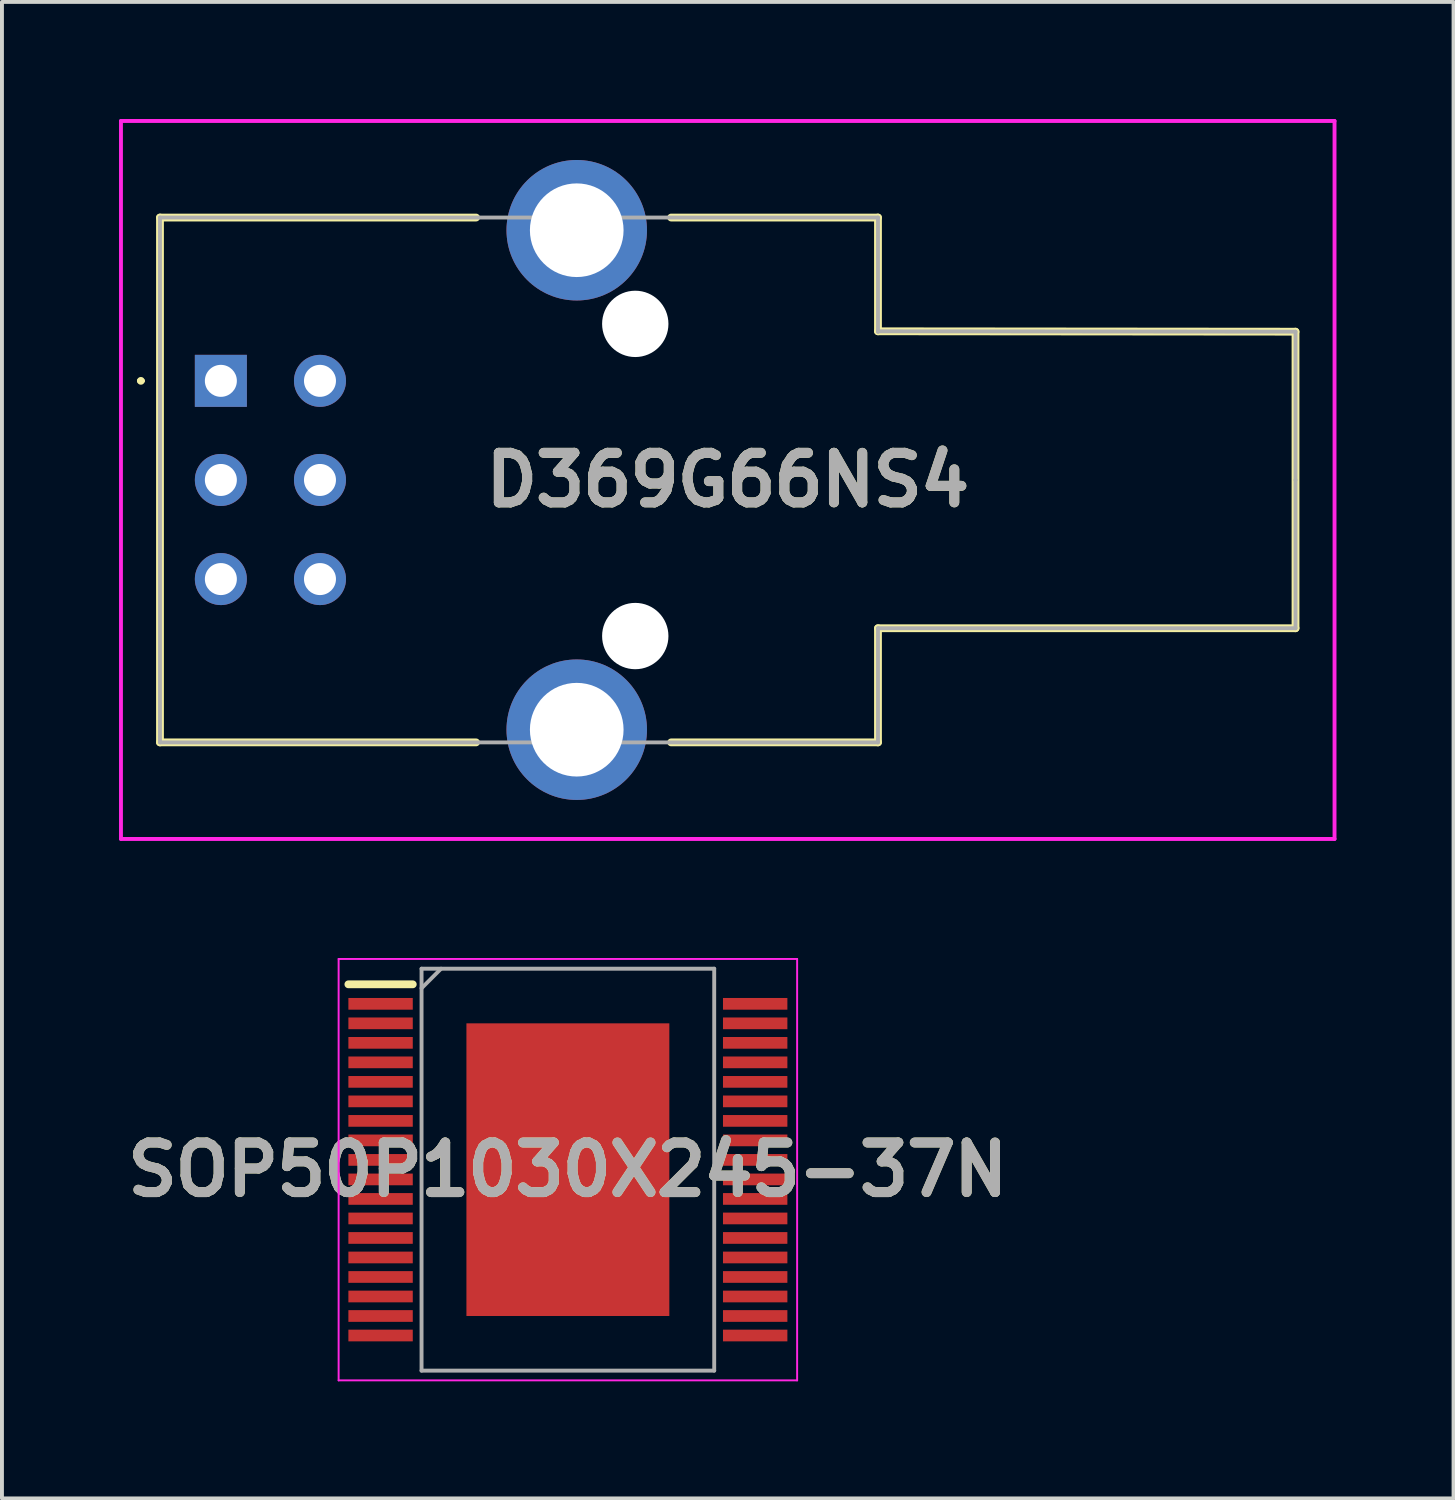
<source format=kicad_pcb>
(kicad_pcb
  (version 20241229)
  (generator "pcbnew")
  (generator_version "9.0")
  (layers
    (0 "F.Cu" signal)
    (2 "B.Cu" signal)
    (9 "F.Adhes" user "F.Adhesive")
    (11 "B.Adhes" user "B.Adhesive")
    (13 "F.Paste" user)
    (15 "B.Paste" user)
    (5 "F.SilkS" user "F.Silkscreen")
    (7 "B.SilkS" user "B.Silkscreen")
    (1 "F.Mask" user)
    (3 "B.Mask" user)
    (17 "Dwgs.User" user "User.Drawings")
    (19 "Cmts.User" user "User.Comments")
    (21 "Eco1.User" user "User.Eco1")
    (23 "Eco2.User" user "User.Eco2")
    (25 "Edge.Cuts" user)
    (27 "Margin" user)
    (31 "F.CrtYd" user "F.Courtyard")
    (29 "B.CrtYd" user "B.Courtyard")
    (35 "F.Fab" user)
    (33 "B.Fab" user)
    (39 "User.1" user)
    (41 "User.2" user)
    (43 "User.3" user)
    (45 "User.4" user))
  (footprint "D369G66NS4"
    (layer "F.Cu")
    (at 2.61 6.71)
    (property "Reference" "D369G66NS4" (at 12.99 2.54 0) (layer "F.SilkS") (effects (font (size 1.27 1.27) (thickness 0.254))))
    (attr through_hole)
    (fp_line (start -2.1 0) (end -2.1 0) (stroke (width 0.1) (type solid)) (layer "F.SilkS"))
    (fp_line (start -2 0) (end -2 0) (stroke (width 0.1) (type solid)) (layer "F.SilkS"))
    (fp_line (start -1.56 -4.185) (end 6.54 -4.185) (stroke (width 0.2) (type solid)) (layer "F.SilkS"))
    (fp_line (start -1.56 9.265) (end -1.56 -4.185) (stroke (width 0.2) (type solid)) (layer "F.SilkS"))
    (fp_line (start 6.54 9.265) (end -1.56 9.265) (stroke (width 0.2) (type solid)) (layer "F.SilkS"))
    (fp_line (start 11.54 9.265) (end 16.84 9.265) (stroke (width 0.2) (type solid)) (layer "F.SilkS"))
    (fp_line (start 16.84 -4.185) (end 11.54 -4.185) (stroke (width 0.2) (type solid)) (layer "F.SilkS"))
    (fp_line (start 16.84 -1.27) (end 16.84 -4.185) (stroke (width 0.2) (type solid)) (layer "F.SilkS"))
    (fp_line (start 16.84 6.34) (end 27.54 6.34) (stroke (width 0.2) (type solid)) (layer "F.SilkS"))
    (fp_line (start 16.84 9.265) (end 16.84 6.34) (stroke (width 0.2) (type solid)) (layer "F.SilkS"))
    (fp_line (start 27.54 -1.26) (end 16.84 -1.27) (stroke (width 0.2) (type solid)) (layer "F.SilkS"))
    (fp_line (start 27.54 6.34) (end 27.54 -1.26) (stroke (width 0.2) (type solid)) (layer "F.SilkS"))
    (fp_arc (start -2.1 0) (mid -2.05 -0.05) (end -2 0) (stroke (width 0.1) (type solid)) (layer "F.SilkS"))
    (fp_arc (start -2 0) (mid -2.05 0.05) (end -2.1 0) (stroke (width 0.1) (type solid)) (layer "F.SilkS"))
    (fp_line (start -2.56 -6.66) (end -2.56 11.74) (stroke (width 0.1) (type solid)) (layer "F.CrtYd"))
    (fp_line (start -2.56 11.74) (end 28.54 11.74) (stroke (width 0.1) (type solid)) (layer "F.CrtYd"))
    (fp_line (start 28.54 -6.66) (end -2.56 -6.66) (stroke (width 0.1) (type solid)) (layer "F.CrtYd"))
    (fp_line (start 28.54 11.74) (end 28.54 -6.66) (stroke (width 0.1) (type solid)) (layer "F.CrtYd"))
    (fp_line (start -1.56 -4.185) (end 16.84 -4.185) (stroke (width 0.1) (type solid)) (layer "F.Fab"))
    (fp_line (start -1.56 9.265) (end -1.56 -4.185) (stroke (width 0.1) (type solid)) (layer "F.Fab"))
    (fp_line (start 16.84 -4.185) (end 16.84 -1.26) (stroke (width 0.1) (type solid)) (layer "F.Fab"))
    (fp_line (start 16.84 -1.27) (end 27.54 -1.26) (stroke (width 0.1) (type solid)) (layer "F.Fab"))
    (fp_line (start 16.84 -1.26) (end 16.84 -1.27) (stroke (width 0.1) (type solid)) (layer "F.Fab"))
    (fp_line (start 16.84 6.34) (end 16.84 9.265) (stroke (width 0.1) (type solid)) (layer "F.Fab"))
    (fp_line (start 16.84 9.265) (end -1.56 9.265) (stroke (width 0.1) (type solid)) (layer "F.Fab"))
    (fp_line (start 27.54 -1.26) (end 27.54 2.54) (stroke (width 0.1) (type solid)) (layer "F.Fab"))
    (fp_line (start 27.54 2.54) (end 27.54 6.34) (stroke (width 0.1) (type solid)) (layer "F.Fab"))
    (fp_line (start 27.54 6.34) (end 16.84 6.34) (stroke (width 0.1) (type solid)) (layer "F.Fab"))
    (fp_text user "${REFERENCE}" (at 12.99 2.54 0) (layer "F.Fab") (effects (font (size 1.27 1.27) (thickness 0.254))))
    (pad "" np_thru_hole circle (at 10.62 -1.46) (size 1.7 1.7) (drill 1.7) (layers "*.Cu" "*.Mask"))
    (pad "" np_thru_hole circle (at 10.62 6.54) (size 1.7 1.7) (drill 1.7) (layers "*.Cu" "*.Mask"))
    (pad "1" thru_hole rect (at 0 0) (size 1.333 1.333) (drill 0.82) (layers "*.Cu" "*.Mask"))
    (pad "2" thru_hole circle (at 0 2.54) (size 1.333 1.333) (drill 0.82) (layers "*.Cu" "*.Mask"))
    (pad "3" thru_hole circle (at 0 5.08) (size 1.333 1.333) (drill 0.82) (layers "*.Cu" "*.Mask"))
    (pad "4" thru_hole circle (at 2.54 5.08) (size 1.333 1.333) (drill 0.82) (layers "*.Cu" "*.Mask"))
    (pad "5" thru_hole circle (at 2.54 2.54) (size 1.333 1.333) (drill 0.82) (layers "*.Cu" "*.Mask"))
    (pad "6" thru_hole circle (at 2.54 0) (size 1.333 1.333) (drill 0.82) (layers "*.Cu" "*.Mask"))
    (pad "MH1" thru_hole circle (at 9.12 -3.86) (size 3.6 3.6) (drill 2.4) (layers "*.Cu" "*.Mask"))
    (pad "MH2" thru_hole circle (at 9.12 8.94) (size 3.6 3.6) (drill 2.4) (layers "*.Cu" "*.Mask")))
  (footprint "SOP50P1030X245-37N"
    (layer "F.Cu")
    (at 11.503 26.925)
    (property "Reference" "SOP50P1030X245-37N" (at 0 0 0) (layer "F.SilkS") (effects (font (size 1.27 1.27) (thickness 0.254))))
    (attr smd)
    (fp_line (start -5.625 -4.75) (end -3.975 -4.75) (stroke (width 0.2) (type solid)) (layer "F.SilkS"))
    (fp_line (start -5.875 -5.4) (end 5.875 -5.4) (stroke (width 0.05) (type solid)) (layer "F.CrtYd"))
    (fp_line (start -5.875 5.4) (end -5.875 -5.4) (stroke (width 0.05) (type solid)) (layer "F.CrtYd"))
    (fp_line (start 5.875 -5.4) (end 5.875 5.4) (stroke (width 0.05) (type solid)) (layer "F.CrtYd"))
    (fp_line (start 5.875 5.4) (end -5.875 5.4) (stroke (width 0.05) (type solid)) (layer "F.CrtYd"))
    (fp_line (start -3.75 -5.15) (end 3.75 -5.15) (stroke (width 0.1) (type solid)) (layer "F.Fab"))
    (fp_line (start -3.75 -4.65) (end -3.25 -5.15) (stroke (width 0.1) (type solid)) (layer "F.Fab"))
    (fp_line (start -3.75 5.15) (end -3.75 -5.15) (stroke (width 0.1) (type solid)) (layer "F.Fab"))
    (fp_line (start 3.75 -5.15) (end 3.75 5.15) (stroke (width 0.1) (type solid)) (layer "F.Fab"))
    (fp_line (start 3.75 5.15) (end -3.75 5.15) (stroke (width 0.1) (type solid)) (layer "F.Fab"))
    (fp_text user "${REFERENCE}" (at 0 0 0) (layer "F.Fab") (effects (font (size 1.27 1.27) (thickness 0.254))))
    (pad "1" smd rect (at -4.8 -4.25 90) (size 0.3 1.65) (layers "F.Cu" "F.Mask" "F.Paste"))
    (pad "2" smd rect (at -4.8 -3.75 90) (size 0.3 1.65) (layers "F.Cu" "F.Mask" "F.Paste"))
    (pad "3" smd rect (at -4.8 -3.25 90) (size 0.3 1.65) (layers "F.Cu" "F.Mask" "F.Paste"))
    (pad "4" smd rect (at -4.8 -2.75 90) (size 0.3 1.65) (layers "F.Cu" "F.Mask" "F.Paste"))
    (pad "5" smd rect (at -4.8 -2.25 90) (size 0.3 1.65) (layers "F.Cu" "F.Mask" "F.Paste"))
    (pad "6" smd rect (at -4.8 -1.75 90) (size 0.3 1.65) (layers "F.Cu" "F.Mask" "F.Paste"))
    (pad "7" smd rect (at -4.8 -1.25 90) (size 0.3 1.65) (layers "F.Cu" "F.Mask" "F.Paste"))
    (pad "8" smd rect (at -4.8 -0.75 90) (size 0.3 1.65) (layers "F.Cu" "F.Mask" "F.Paste"))
    (pad "9" smd rect (at -4.8 -0.25 90) (size 0.3 1.65) (layers "F.Cu" "F.Mask" "F.Paste"))
    (pad "10" smd rect (at -4.8 0.25 90) (size 0.3 1.65) (layers "F.Cu" "F.Mask" "F.Paste"))
    (pad "11" smd rect (at -4.8 0.75 90) (size 0.3 1.65) (layers "F.Cu" "F.Mask" "F.Paste"))
    (pad "12" smd rect (at -4.8 1.25 90) (size 0.3 1.65) (layers "F.Cu" "F.Mask" "F.Paste"))
    (pad "13" smd rect (at -4.8 1.75 90) (size 0.3 1.65) (layers "F.Cu" "F.Mask" "F.Paste"))
    (pad "14" smd rect (at -4.8 2.25 90) (size 0.3 1.65) (layers "F.Cu" "F.Mask" "F.Paste"))
    (pad "15" smd rect (at -4.8 2.75 90) (size 0.3 1.65) (layers "F.Cu" "F.Mask" "F.Paste"))
    (pad "16" smd rect (at -4.8 3.25 90) (size 0.3 1.65) (layers "F.Cu" "F.Mask" "F.Paste"))
    (pad "17" smd rect (at -4.8 3.75 90) (size 0.3 1.65) (layers "F.Cu" "F.Mask" "F.Paste"))
    (pad "18" smd rect (at -4.8 4.25 90) (size 0.3 1.65) (layers "F.Cu" "F.Mask" "F.Paste"))
    (pad "19" smd rect (at 4.8 4.25 90) (size 0.3 1.65) (layers "F.Cu" "F.Mask" "F.Paste"))
    (pad "20" smd rect (at 4.8 3.75 90) (size 0.3 1.65) (layers "F.Cu" "F.Mask" "F.Paste"))
    (pad "21" smd rect (at 4.8 3.25 90) (size 0.3 1.65) (layers "F.Cu" "F.Mask" "F.Paste"))
    (pad "22" smd rect (at 4.8 2.75 90) (size 0.3 1.65) (layers "F.Cu" "F.Mask" "F.Paste"))
    (pad "23" smd rect (at 4.8 2.25 90) (size 0.3 1.65) (layers "F.Cu" "F.Mask" "F.Paste"))
    (pad "24" smd rect (at 4.8 1.75 90) (size 0.3 1.65) (layers "F.Cu" "F.Mask" "F.Paste"))
    (pad "25" smd rect (at 4.8 1.25 90) (size 0.3 1.65) (layers "F.Cu" "F.Mask" "F.Paste"))
    (pad "26" smd rect (at 4.8 0.75 90) (size 0.3 1.65) (layers "F.Cu" "F.Mask" "F.Paste"))
    (pad "27" smd rect (at 4.8 0.25 90) (size 0.3 1.65) (layers "F.Cu" "F.Mask" "F.Paste"))
    (pad "28" smd rect (at 4.8 -0.25 90) (size 0.3 1.65) (layers "F.Cu" "F.Mask" "F.Paste"))
    (pad "29" smd rect (at 4.8 -0.75 90) (size 0.3 1.65) (layers "F.Cu" "F.Mask" "F.Paste"))
    (pad "30" smd rect (at 4.8 -1.25 90) (size 0.3 1.65) (layers "F.Cu" "F.Mask" "F.Paste"))
    (pad "31" smd rect (at 4.8 -1.75 90) (size 0.3 1.65) (layers "F.Cu" "F.Mask" "F.Paste"))
    (pad "32" smd rect (at 4.8 -2.25 90) (size 0.3 1.65) (layers "F.Cu" "F.Mask" "F.Paste"))
    (pad "33" smd rect (at 4.8 -2.75 90) (size 0.3 1.65) (layers "F.Cu" "F.Mask" "F.Paste"))
    (pad "34" smd rect (at 4.8 -3.25 90) (size 0.3 1.65) (layers "F.Cu" "F.Mask" "F.Paste"))
    (pad "35" smd rect (at 4.8 -3.75 90) (size 0.3 1.65) (layers "F.Cu" "F.Mask" "F.Paste"))
    (pad "36" smd rect (at 4.8 -4.25 90) (size 0.3 1.65) (layers "F.Cu" "F.Mask" "F.Paste"))
    (pad "37" smd rect (at 0 0) (size 5.2 7.5) (layers "F.Cu" "F.Mask" "F.Paste")))
  (gr_rect
    (start -3 -3)
    (end 34.2 35.35)
    (stroke (width 0.1) (type default))
    (fill no)
    (layer "Edge.Cuts")))
</source>
